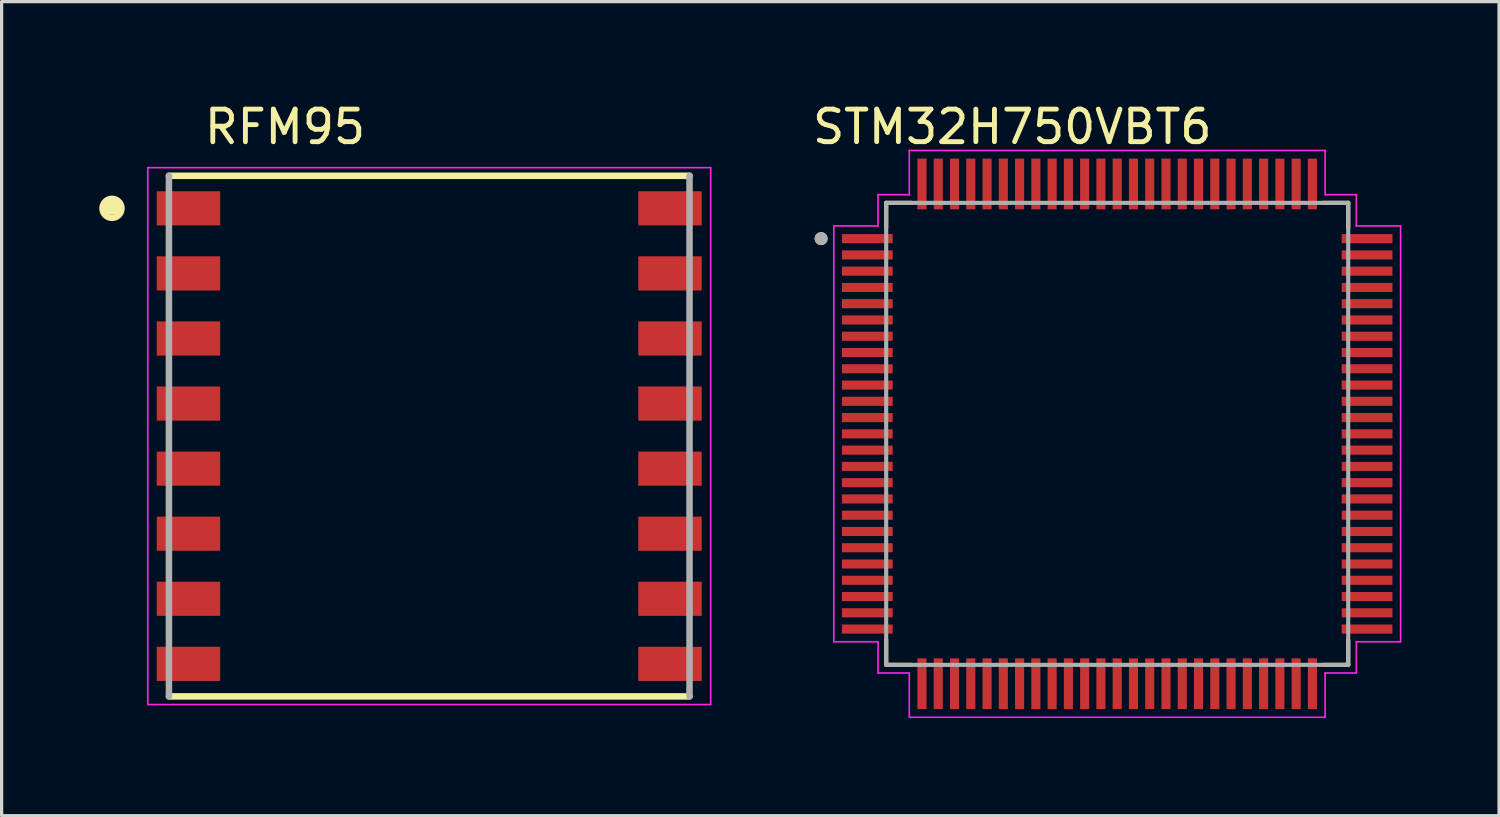
<source format=kicad_pcb>
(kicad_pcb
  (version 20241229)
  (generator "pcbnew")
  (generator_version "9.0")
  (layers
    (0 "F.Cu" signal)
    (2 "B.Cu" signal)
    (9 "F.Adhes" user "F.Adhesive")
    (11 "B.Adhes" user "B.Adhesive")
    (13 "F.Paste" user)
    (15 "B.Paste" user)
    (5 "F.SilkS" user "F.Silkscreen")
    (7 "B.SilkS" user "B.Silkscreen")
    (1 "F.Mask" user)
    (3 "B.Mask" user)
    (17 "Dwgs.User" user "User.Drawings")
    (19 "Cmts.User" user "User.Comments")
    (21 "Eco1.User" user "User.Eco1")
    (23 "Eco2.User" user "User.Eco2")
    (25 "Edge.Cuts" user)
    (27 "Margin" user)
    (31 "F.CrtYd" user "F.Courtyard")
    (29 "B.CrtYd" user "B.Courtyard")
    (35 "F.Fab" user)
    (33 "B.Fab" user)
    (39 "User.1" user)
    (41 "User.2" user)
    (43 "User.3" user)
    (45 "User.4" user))
  (footprint "STM32H750VBT6"
    (layer "F.Cu")
    (at 31.286 10.284)
    (property "Reference" "STM32H750VBT6" (at -3.225 -9.435 0) (layer "F.SilkS") (effects (font (size 1 1) (thickness 0.15))))
    (attr through_hole)
    (fp_line (start -7.1 -7.1) (end -6.33 -7.1) (stroke (width 0.127) (type solid)) (layer "F.SilkS"))
    (fp_line (start -7.1 -6.33) (end -7.1 -7.1) (stroke (width 0.127) (type solid)) (layer "F.SilkS"))
    (fp_line (start -7.1 7.1) (end -7.1 6.33) (stroke (width 0.127) (type solid)) (layer "F.SilkS"))
    (fp_line (start -6.33 7.1) (end -7.1 7.1) (stroke (width 0.127) (type solid)) (layer "F.SilkS"))
    (fp_line (start 6.33 -7.1) (end 7.1 -7.1) (stroke (width 0.127) (type solid)) (layer "F.SilkS"))
    (fp_line (start 7.1 -7.1) (end 7.1 -6.33) (stroke (width 0.127) (type solid)) (layer "F.SilkS"))
    (fp_line (start 7.1 6.33) (end 7.1 7.1) (stroke (width 0.127) (type solid)) (layer "F.SilkS"))
    (fp_line (start 7.1 7.1) (end 6.33 7.1) (stroke (width 0.127) (type solid)) (layer "F.SilkS"))
    (fp_circle (center -9.1 -6) (end -9 -6) (stroke (width 0.2) (type solid)) (fill no) (layer "F.SilkS"))
    (fp_line (start -8.71 -6.39) (end -7.35 -6.39) (stroke (width 0.05) (type solid)) (layer "F.CrtYd"))
    (fp_line (start -8.71 6.39) (end -8.71 -6.39) (stroke (width 0.05) (type solid)) (layer "F.CrtYd"))
    (fp_line (start -7.35 -7.35) (end -6.39 -7.35) (stroke (width 0.05) (type solid)) (layer "F.CrtYd"))
    (fp_line (start -7.35 -6.39) (end -7.35 -7.35) (stroke (width 0.05) (type solid)) (layer "F.CrtYd"))
    (fp_line (start -7.35 6.39) (end -8.71 6.39) (stroke (width 0.05) (type solid)) (layer "F.CrtYd"))
    (fp_line (start -7.35 7.35) (end -7.35 6.39) (stroke (width 0.05) (type solid)) (layer "F.CrtYd"))
    (fp_line (start -6.39 -8.71) (end 6.39 -8.71) (stroke (width 0.05) (type solid)) (layer "F.CrtYd"))
    (fp_line (start -6.39 -7.35) (end -6.39 -8.71) (stroke (width 0.05) (type solid)) (layer "F.CrtYd"))
    (fp_line (start -6.39 7.35) (end -7.35 7.35) (stroke (width 0.05) (type solid)) (layer "F.CrtYd"))
    (fp_line (start -6.39 8.71) (end -6.39 7.35) (stroke (width 0.05) (type solid)) (layer "F.CrtYd"))
    (fp_line (start 6.39 -8.71) (end 6.39 -7.35) (stroke (width 0.05) (type solid)) (layer "F.CrtYd"))
    (fp_line (start 6.39 -7.35) (end 7.35 -7.35) (stroke (width 0.05) (type solid)) (layer "F.CrtYd"))
    (fp_line (start 6.39 7.35) (end 6.39 8.71) (stroke (width 0.05) (type solid)) (layer "F.CrtYd"))
    (fp_line (start 6.39 8.71) (end -6.39 8.71) (stroke (width 0.05) (type solid)) (layer "F.CrtYd"))
    (fp_line (start 7.35 -7.35) (end 7.35 -6.39) (stroke (width 0.05) (type solid)) (layer "F.CrtYd"))
    (fp_line (start 7.35 -6.39) (end 8.71 -6.39) (stroke (width 0.05) (type solid)) (layer "F.CrtYd"))
    (fp_line (start 7.35 6.39) (end 7.35 7.35) (stroke (width 0.05) (type solid)) (layer "F.CrtYd"))
    (fp_line (start 7.35 7.35) (end 6.39 7.35) (stroke (width 0.05) (type solid)) (layer "F.CrtYd"))
    (fp_line (start 8.71 -6.39) (end 8.71 6.39) (stroke (width 0.05) (type solid)) (layer "F.CrtYd"))
    (fp_line (start 8.71 6.39) (end 7.35 6.39) (stroke (width 0.05) (type solid)) (layer "F.CrtYd"))
    (fp_line (start -7.1 -7.1) (end 7.1 -7.1) (stroke (width 0.127) (type solid)) (layer "F.Fab"))
    (fp_line (start -7.1 7.1) (end -7.1 -7.1) (stroke (width 0.127) (type solid)) (layer "F.Fab"))
    (fp_line (start 7.1 -7.1) (end 7.1 7.1) (stroke (width 0.127) (type solid)) (layer "F.Fab"))
    (fp_line (start 7.1 7.1) (end -7.1 7.1) (stroke (width 0.127) (type solid)) (layer "F.Fab"))
    (fp_circle (center -9.1 -6) (end -9 -6) (stroke (width 0.2) (type solid)) (fill no) (layer "F.Fab"))
    (pad "1" smd rect (at -7.68 -6) (size 1.56 0.28) (layers "F.Cu" "F.Mask" "F.Paste"))
    (pad "2" smd rect (at -7.68 -5.5) (size 1.56 0.28) (layers "F.Cu" "F.Mask" "F.Paste"))
    (pad "3" smd rect (at -7.68 -5) (size 1.56 0.28) (layers "F.Cu" "F.Mask" "F.Paste"))
    (pad "4" smd rect (at -7.68 -4.5) (size 1.56 0.28) (layers "F.Cu" "F.Mask" "F.Paste"))
    (pad "5" smd rect (at -7.68 -4) (size 1.56 0.28) (layers "F.Cu" "F.Mask" "F.Paste"))
    (pad "6" smd rect (at -7.68 -3.5) (size 1.56 0.28) (layers "F.Cu" "F.Mask" "F.Paste"))
    (pad "7" smd rect (at -7.68 -3) (size 1.56 0.28) (layers "F.Cu" "F.Mask" "F.Paste"))
    (pad "8" smd rect (at -7.68 -2.5) (size 1.56 0.28) (layers "F.Cu" "F.Mask" "F.Paste"))
    (pad "9" smd rect (at -7.68 -2) (size 1.56 0.28) (layers "F.Cu" "F.Mask" "F.Paste"))
    (pad "10" smd rect (at -7.68 -1.5) (size 1.56 0.28) (layers "F.Cu" "F.Mask" "F.Paste"))
    (pad "11" smd rect (at -7.68 -1) (size 1.56 0.28) (layers "F.Cu" "F.Mask" "F.Paste"))
    (pad "12" smd rect (at -7.68 -0.5) (size 1.56 0.28) (layers "F.Cu" "F.Mask" "F.Paste"))
    (pad "13" smd rect (at -7.68 0) (size 1.56 0.28) (layers "F.Cu" "F.Mask" "F.Paste"))
    (pad "14" smd rect (at -7.68 0.5) (size 1.56 0.28) (layers "F.Cu" "F.Mask" "F.Paste"))
    (pad "15" smd rect (at -7.68 1) (size 1.56 0.28) (layers "F.Cu" "F.Mask" "F.Paste"))
    (pad "16" smd rect (at -7.68 1.5) (size 1.56 0.28) (layers "F.Cu" "F.Mask" "F.Paste"))
    (pad "17" smd rect (at -7.68 2) (size 1.56 0.28) (layers "F.Cu" "F.Mask" "F.Paste"))
    (pad "18" smd rect (at -7.68 2.5) (size 1.56 0.28) (layers "F.Cu" "F.Mask" "F.Paste"))
    (pad "19" smd rect (at -7.68 3) (size 1.56 0.28) (layers "F.Cu" "F.Mask" "F.Paste"))
    (pad "20" smd rect (at -7.68 3.5) (size 1.56 0.28) (layers "F.Cu" "F.Mask" "F.Paste"))
    (pad "21" smd rect (at -7.68 4) (size 1.56 0.28) (layers "F.Cu" "F.Mask" "F.Paste"))
    (pad "22" smd rect (at -7.68 4.5) (size 1.56 0.28) (layers "F.Cu" "F.Mask" "F.Paste"))
    (pad "23" smd rect (at -7.68 5) (size 1.56 0.28) (layers "F.Cu" "F.Mask" "F.Paste"))
    (pad "24" smd rect (at -7.68 5.5) (size 1.56 0.28) (layers "F.Cu" "F.Mask" "F.Paste"))
    (pad "25" smd rect (at -7.68 6) (size 1.56 0.28) (layers "F.Cu" "F.Mask" "F.Paste"))
    (pad "26" smd rect (at -6 7.68) (size 0.28 1.56) (layers "F.Cu" "F.Mask" "F.Paste"))
    (pad "27" smd rect (at -5.5 7.68) (size 0.28 1.56) (layers "F.Cu" "F.Mask" "F.Paste"))
    (pad "28" smd rect (at -5 7.68) (size 0.28 1.56) (layers "F.Cu" "F.Mask" "F.Paste"))
    (pad "29" smd rect (at -4.5 7.68) (size 0.28 1.56) (layers "F.Cu" "F.Mask" "F.Paste"))
    (pad "30" smd rect (at -4 7.68) (size 0.28 1.56) (layers "F.Cu" "F.Mask" "F.Paste"))
    (pad "31" smd rect (at -3.5 7.68) (size 0.28 1.56) (layers "F.Cu" "F.Mask" "F.Paste"))
    (pad "32" smd rect (at -3 7.68) (size 0.28 1.56) (layers "F.Cu" "F.Mask" "F.Paste"))
    (pad "33" smd rect (at -2.5 7.68) (size 0.28 1.56) (layers "F.Cu" "F.Mask" "F.Paste"))
    (pad "34" smd rect (at -2 7.68) (size 0.28 1.56) (layers "F.Cu" "F.Mask" "F.Paste"))
    (pad "35" smd rect (at -1.5 7.68) (size 0.28 1.56) (layers "F.Cu" "F.Mask" "F.Paste"))
    (pad "36" smd rect (at -1 7.68) (size 0.28 1.56) (layers "F.Cu" "F.Mask" "F.Paste"))
    (pad "37" smd rect (at -0.5 7.68) (size 0.28 1.56) (layers "F.Cu" "F.Mask" "F.Paste"))
    (pad "38" smd rect (at 0 7.68) (size 0.28 1.56) (layers "F.Cu" "F.Mask" "F.Paste"))
    (pad "39" smd rect (at 0.5 7.68) (size 0.28 1.56) (layers "F.Cu" "F.Mask" "F.Paste"))
    (pad "40" smd rect (at 1 7.68) (size 0.28 1.56) (layers "F.Cu" "F.Mask" "F.Paste"))
    (pad "41" smd rect (at 1.5 7.68) (size 0.28 1.56) (layers "F.Cu" "F.Mask" "F.Paste"))
    (pad "42" smd rect (at 2 7.68) (size 0.28 1.56) (layers "F.Cu" "F.Mask" "F.Paste"))
    (pad "43" smd rect (at 2.5 7.68) (size 0.28 1.56) (layers "F.Cu" "F.Mask" "F.Paste"))
    (pad "44" smd rect (at 3 7.68) (size 0.28 1.56) (layers "F.Cu" "F.Mask" "F.Paste"))
    (pad "45" smd rect (at 3.5 7.68) (size 0.28 1.56) (layers "F.Cu" "F.Mask" "F.Paste"))
    (pad "46" smd rect (at 4 7.68) (size 0.28 1.56) (layers "F.Cu" "F.Mask" "F.Paste"))
    (pad "47" smd rect (at 4.5 7.68) (size 0.28 1.56) (layers "F.Cu" "F.Mask" "F.Paste"))
    (pad "48" smd rect (at 5 7.68) (size 0.28 1.56) (layers "F.Cu" "F.Mask" "F.Paste"))
    (pad "49" smd rect (at 5.5 7.68) (size 0.28 1.56) (layers "F.Cu" "F.Mask" "F.Paste"))
    (pad "50" smd rect (at 6 7.68) (size 0.28 1.56) (layers "F.Cu" "F.Mask" "F.Paste"))
    (pad "51" smd rect (at 7.68 6) (size 1.56 0.28) (layers "F.Cu" "F.Mask" "F.Paste"))
    (pad "52" smd rect (at 7.68 5.5) (size 1.56 0.28) (layers "F.Cu" "F.Mask" "F.Paste"))
    (pad "53" smd rect (at 7.68 5) (size 1.56 0.28) (layers "F.Cu" "F.Mask" "F.Paste"))
    (pad "54" smd rect (at 7.68 4.5) (size 1.56 0.28) (layers "F.Cu" "F.Mask" "F.Paste"))
    (pad "55" smd rect (at 7.68 4) (size 1.56 0.28) (layers "F.Cu" "F.Mask" "F.Paste"))
    (pad "56" smd rect (at 7.68 3.5) (size 1.56 0.28) (layers "F.Cu" "F.Mask" "F.Paste"))
    (pad "57" smd rect (at 7.68 3) (size 1.56 0.28) (layers "F.Cu" "F.Mask" "F.Paste"))
    (pad "58" smd rect (at 7.68 2.5) (size 1.56 0.28) (layers "F.Cu" "F.Mask" "F.Paste"))
    (pad "59" smd rect (at 7.68 2) (size 1.56 0.28) (layers "F.Cu" "F.Mask" "F.Paste"))
    (pad "60" smd rect (at 7.68 1.5) (size 1.56 0.28) (layers "F.Cu" "F.Mask" "F.Paste"))
    (pad "61" smd rect (at 7.68 1) (size 1.56 0.28) (layers "F.Cu" "F.Mask" "F.Paste"))
    (pad "62" smd rect (at 7.68 0.5) (size 1.56 0.28) (layers "F.Cu" "F.Mask" "F.Paste"))
    (pad "63" smd rect (at 7.68 0) (size 1.56 0.28) (layers "F.Cu" "F.Mask" "F.Paste"))
    (pad "64" smd rect (at 7.68 -0.5) (size 1.56 0.28) (layers "F.Cu" "F.Mask" "F.Paste"))
    (pad "65" smd rect (at 7.68 -1) (size 1.56 0.28) (layers "F.Cu" "F.Mask" "F.Paste"))
    (pad "66" smd rect (at 7.68 -1.5) (size 1.56 0.28) (layers "F.Cu" "F.Mask" "F.Paste"))
    (pad "67" smd rect (at 7.68 -2) (size 1.56 0.28) (layers "F.Cu" "F.Mask" "F.Paste"))
    (pad "68" smd rect (at 7.68 -2.5) (size 1.56 0.28) (layers "F.Cu" "F.Mask" "F.Paste"))
    (pad "69" smd rect (at 7.68 -3) (size 1.56 0.28) (layers "F.Cu" "F.Mask" "F.Paste"))
    (pad "70" smd rect (at 7.68 -3.5) (size 1.56 0.28) (layers "F.Cu" "F.Mask" "F.Paste"))
    (pad "71" smd rect (at 7.68 -4) (size 1.56 0.28) (layers "F.Cu" "F.Mask" "F.Paste"))
    (pad "72" smd rect (at 7.68 -4.5) (size 1.56 0.28) (layers "F.Cu" "F.Mask" "F.Paste"))
    (pad "73" smd rect (at 7.68 -5) (size 1.56 0.28) (layers "F.Cu" "F.Mask" "F.Paste"))
    (pad "74" smd rect (at 7.68 -5.5) (size 1.56 0.28) (layers "F.Cu" "F.Mask" "F.Paste"))
    (pad "75" smd rect (at 7.68 -6) (size 1.56 0.28) (layers "F.Cu" "F.Mask" "F.Paste"))
    (pad "76" smd rect (at 6 -7.68) (size 0.28 1.56) (layers "F.Cu" "F.Mask" "F.Paste"))
    (pad "77" smd rect (at 5.5 -7.68) (size 0.28 1.56) (layers "F.Cu" "F.Mask" "F.Paste"))
    (pad "78" smd rect (at 5 -7.68) (size 0.28 1.56) (layers "F.Cu" "F.Mask" "F.Paste"))
    (pad "79" smd rect (at 4.5 -7.68) (size 0.28 1.56) (layers "F.Cu" "F.Mask" "F.Paste"))
    (pad "80" smd rect (at 4 -7.68) (size 0.28 1.56) (layers "F.Cu" "F.Mask" "F.Paste"))
    (pad "81" smd rect (at 3.5 -7.68) (size 0.28 1.56) (layers "F.Cu" "F.Mask" "F.Paste"))
    (pad "82" smd rect (at 3 -7.68) (size 0.28 1.56) (layers "F.Cu" "F.Mask" "F.Paste"))
    (pad "83" smd rect (at 2.5 -7.68) (size 0.28 1.56) (layers "F.Cu" "F.Mask" "F.Paste"))
    (pad "84" smd rect (at 2 -7.68) (size 0.28 1.56) (layers "F.Cu" "F.Mask" "F.Paste"))
    (pad "85" smd rect (at 1.5 -7.68) (size 0.28 1.56) (layers "F.Cu" "F.Mask" "F.Paste"))
    (pad "86" smd rect (at 1 -7.68) (size 0.28 1.56) (layers "F.Cu" "F.Mask" "F.Paste"))
    (pad "87" smd rect (at 0.5 -7.68) (size 0.28 1.56) (layers "F.Cu" "F.Mask" "F.Paste"))
    (pad "88" smd rect (at 0 -7.68) (size 0.28 1.56) (layers "F.Cu" "F.Mask" "F.Paste"))
    (pad "89" smd rect (at -0.5 -7.68) (size 0.28 1.56) (layers "F.Cu" "F.Mask" "F.Paste"))
    (pad "90" smd rect (at -1 -7.68) (size 0.28 1.56) (layers "F.Cu" "F.Mask" "F.Paste"))
    (pad "91" smd rect (at -1.5 -7.68) (size 0.28 1.56) (layers "F.Cu" "F.Mask" "F.Paste"))
    (pad "92" smd rect (at -2 -7.68) (size 0.28 1.56) (layers "F.Cu" "F.Mask" "F.Paste"))
    (pad "93" smd rect (at -2.5 -7.68) (size 0.28 1.56) (layers "F.Cu" "F.Mask" "F.Paste"))
    (pad "94" smd rect (at -3 -7.68) (size 0.28 1.56) (layers "F.Cu" "F.Mask" "F.Paste"))
    (pad "95" smd rect (at -3.5 -7.68) (size 0.28 1.56) (layers "F.Cu" "F.Mask" "F.Paste"))
    (pad "96" smd rect (at -4 -7.68) (size 0.28 1.56) (layers "F.Cu" "F.Mask" "F.Paste"))
    (pad "97" smd rect (at -4.5 -7.68) (size 0.28 1.56) (layers "F.Cu" "F.Mask" "F.Paste"))
    (pad "98" smd rect (at -5 -7.68) (size 0.28 1.56) (layers "F.Cu" "F.Mask" "F.Paste"))
    (pad "99" smd rect (at -5.5 -7.68) (size 0.28 1.56) (layers "F.Cu" "F.Mask" "F.Paste"))
    (pad "100" smd rect (at -6 -7.68) (size 0.28 1.56) (layers "F.Cu" "F.Mask" "F.Paste")))
  (footprint "RFM95"
    (layer "F.Cu")
    (at 10.142 10.353)
    (property "Reference" "RFM95" (at -4.433 -9.503 0) (layer "F.SilkS") (effects (font (size 1.002 1.002) (thickness 0.15))))
    (attr through_hole)
    (fp_line (start -8 -8) (end 8 -8) (stroke (width 0.2) (type solid)) (layer "F.SilkS"))
    (fp_line (start 8 8) (end -8 8) (stroke (width 0.2) (type solid)) (layer "F.SilkS"))
    (fp_circle (center -9.75 -7) (end -9.458 -7) (stroke (width 0.2) (type solid)) (fill no) (layer "F.SilkS"))
    (fp_poly (pts (xy -10.011 -7.2) (xy -9.5 -7.2) (xy -9.5 -6.808) (xy -10.011 -6.808)) (stroke (width 0.01) (type solid)) (fill yes) (layer "F.SilkS"))
    (fp_line (start -8.65 -8.25) (end 8.65 -8.25) (stroke (width 0.05) (type solid)) (layer "F.CrtYd"))
    (fp_line (start -8.65 8.25) (end -8.65 -8.25) (stroke (width 0.05) (type solid)) (layer "F.CrtYd"))
    (fp_line (start 8.65 -8.25) (end 8.65 8.25) (stroke (width 0.05) (type solid)) (layer "F.CrtYd"))
    (fp_line (start 8.65 8.25) (end -8.65 8.25) (stroke (width 0.05) (type solid)) (layer "F.CrtYd"))
    (fp_line (start -8 8) (end -8 -8) (stroke (width 0.2) (type solid)) (layer "F.Fab"))
    (fp_line (start 8 -8) (end 8 8) (stroke (width 0.2) (type solid)) (layer "F.Fab"))
    (pad "1" smd rect (at -7.4 -7) (size 1.95 1.05) (layers "F.Cu" "F.Mask" "F.Paste"))
    (pad "2" smd rect (at -7.4 -5) (size 1.95 1.05) (layers "F.Cu" "F.Mask" "F.Paste"))
    (pad "3" smd rect (at -7.4 -3) (size 1.95 1.05) (layers "F.Cu" "F.Mask" "F.Paste"))
    (pad "4" smd rect (at -7.4 -1) (size 1.95 1.05) (layers "F.Cu" "F.Mask" "F.Paste"))
    (pad "5" smd rect (at -7.4 1) (size 1.95 1.05) (layers "F.Cu" "F.Mask" "F.Paste"))
    (pad "6" smd rect (at -7.4 3) (size 1.95 1.05) (layers "F.Cu" "F.Mask" "F.Paste"))
    (pad "7" smd rect (at -7.4 5) (size 1.95 1.05) (layers "F.Cu" "F.Mask" "F.Paste"))
    (pad "8" smd rect (at -7.4 7) (size 1.95 1.05) (layers "F.Cu" "F.Mask" "F.Paste"))
    (pad "9" smd rect (at 7.4 7 180) (size 1.95 1.05) (layers "F.Cu" "F.Mask" "F.Paste"))
    (pad "10" smd rect (at 7.4 5 180) (size 1.95 1.05) (layers "F.Cu" "F.Mask" "F.Paste"))
    (pad "11" smd rect (at 7.4 3 180) (size 1.95 1.05) (layers "F.Cu" "F.Mask" "F.Paste"))
    (pad "12" smd rect (at 7.4 1 180) (size 1.95 1.05) (layers "F.Cu" "F.Mask" "F.Paste"))
    (pad "13" smd rect (at 7.4 -1 180) (size 1.95 1.05) (layers "F.Cu" "F.Mask" "F.Paste"))
    (pad "14" smd rect (at 7.4 -3 180) (size 1.95 1.05) (layers "F.Cu" "F.Mask" "F.Paste"))
    (pad "15" smd rect (at 7.4 -5 180) (size 1.95 1.05) (layers "F.Cu" "F.Mask" "F.Paste"))
    (pad "16" smd rect (at 7.4 -7 180) (size 1.95 1.05) (layers "F.Cu" "F.Mask" "F.Paste")))
  (gr_rect
    (start -3 -3)
    (end 43.021 22.019)
    (stroke (width 0.1) (type default))
    (fill no)
    (layer "Edge.Cuts")))
</source>
